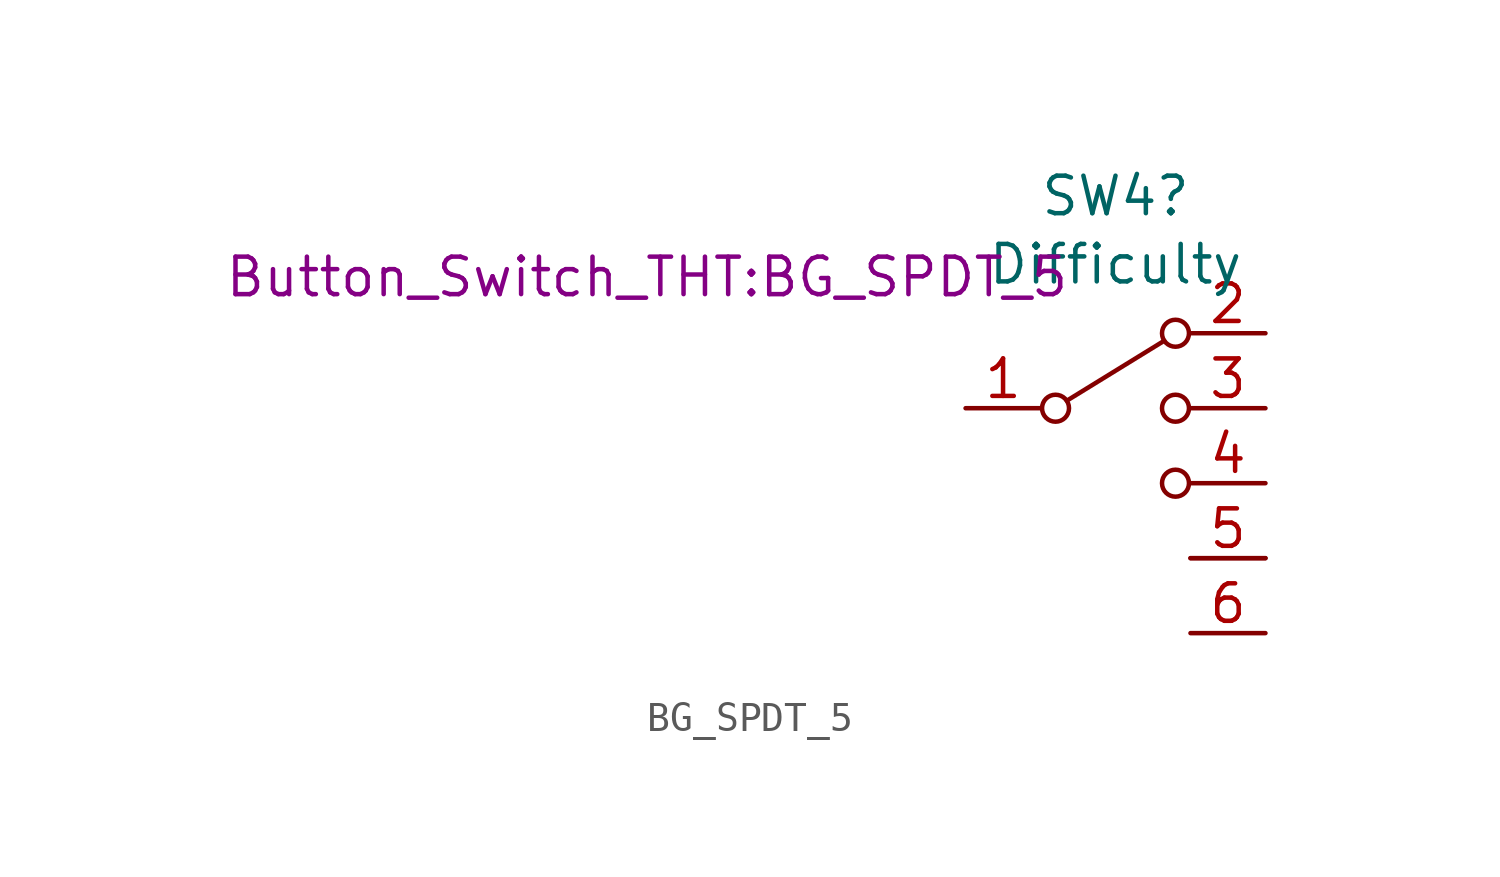
<source format=kicad_sym>
(kicad_symbol_lib
  (version 20220914)
  (generator kicad_symbol_editor)
  (symbol "BG_SPDT_5"
    (pin_names
      (offset 0) hide)
    (property "Reference" "SW4"
      (at -1.27 12.268 0)
      (effects (font (size 1.27 1.27))))
    (property "Value" "Difficulty"
      (at -1.27 9.957 0)
      (effects (font (size 1.27 1.27))))
    (property "Footprint" "Button_Switch_THT:BG_SPDT_5"
      (at -17.145 9.525 0)
      (effects (font (size 1.27 1.27))))
    (symbol "BG_SPDT_5_0_1"
      (circle (center -3.302 5.08) (radius 0.457) (stroke (width 0) (type default)) (fill (type none)))
      (polyline (pts (xy -2.921 5.334) (xy 0.381 7.366)) (stroke (width 0) (type default)) (fill (type none)))
      (circle (center 0.762 2.54) (radius 0.457) (stroke (width 0) (type default)) (fill (type none)))
      (circle (center 0.762 5.08) (radius 0.457) (stroke (width 0) (type default)) (fill (type none)))
      (circle (center 0.762 7.62) (radius 0.457) (stroke (width 0) (type default)) (fill (type none)))
      (rectangle (start 3.81 0) (end 1.27 0) (stroke (width 0) (type default)) (fill (type none))))
    (symbol "BG_SPDT_5_1_1"
      (pin passive line (at -6.35 5.08 0) (length 2.54) (name "select" (effects (font (size 1.27 1.27)))) (number "1" (effects (font (size 1.27 1.27)))))
      (pin passive line (at 3.81 7.62 180) (length 2.54) (name "1" (effects (font (size 1.27 1.27)))) (number "2" (effects (font (size 1.27 1.27)))))
      (pin passive line (at 3.81 5.08 180) (length 2.54) (name "1" (effects (font (size 1.27 1.27)))) (number "3" (effects (font (size 1.27 1.27)))))
      (pin passive line (at 3.81 2.54 180) (length 2.54) (name "4" (effects (font (size 1.27 1.27)))) (number "4" (effects (font (size 1.27 1.27)))))
      (pin passive line (at 3.81 0 180) (length 2.54) (name "4" (effects (font (size 1.27 1.27)))) (number "5" (effects (font (size 1.27 1.27)))))
      (pin passive line (at 3.81 -2.54 180) (length 2.54) (name "5" (effects (font (size 1.27 1.27)))) (number "6" (effects (font (size 1.27 1.27))))))))
</source>
